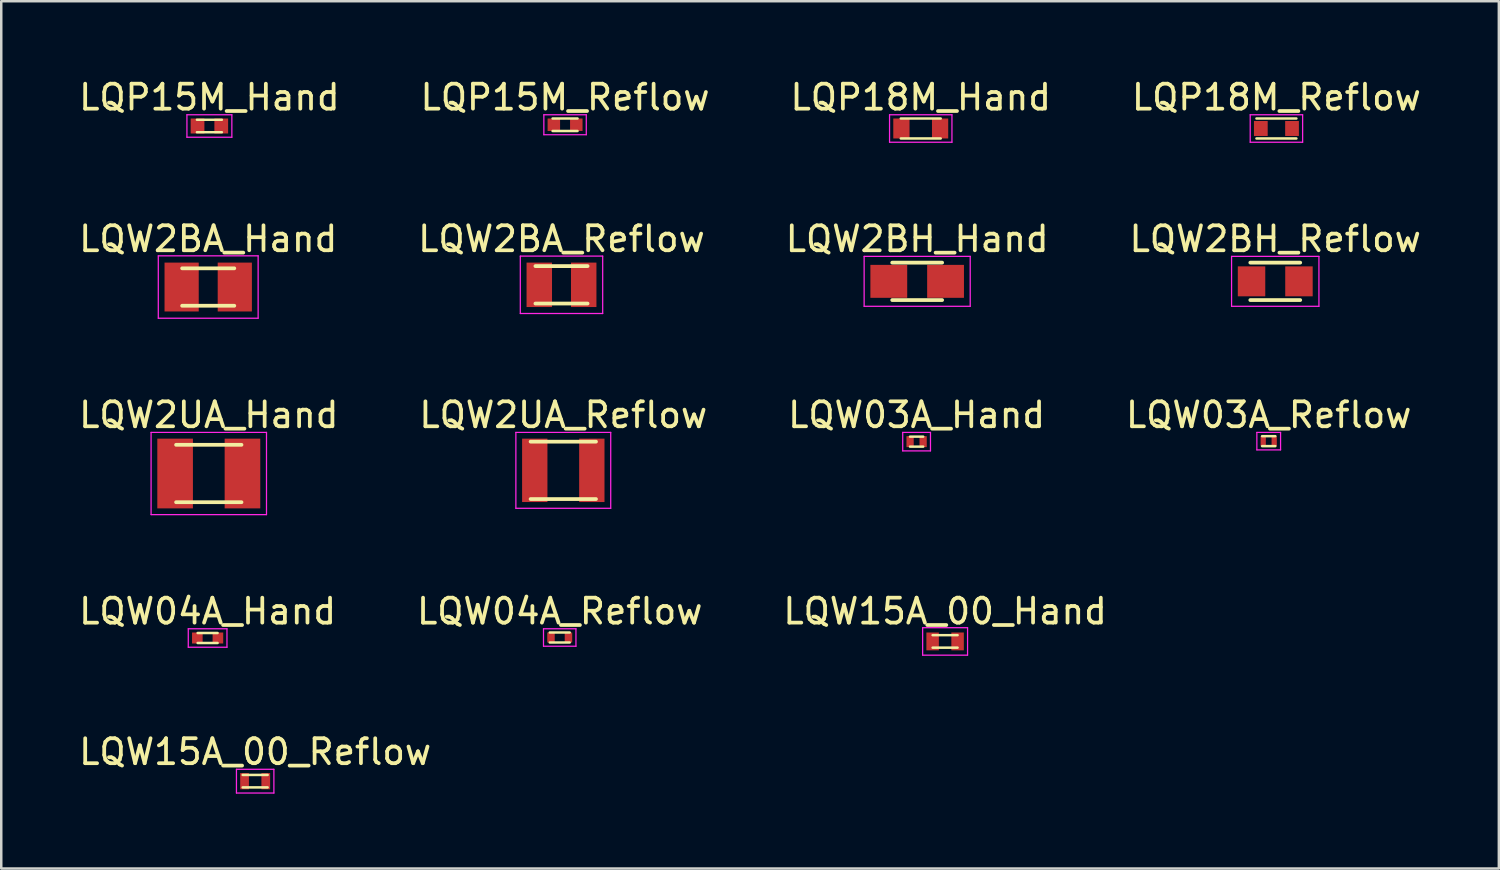
<source format=kicad_pcb>
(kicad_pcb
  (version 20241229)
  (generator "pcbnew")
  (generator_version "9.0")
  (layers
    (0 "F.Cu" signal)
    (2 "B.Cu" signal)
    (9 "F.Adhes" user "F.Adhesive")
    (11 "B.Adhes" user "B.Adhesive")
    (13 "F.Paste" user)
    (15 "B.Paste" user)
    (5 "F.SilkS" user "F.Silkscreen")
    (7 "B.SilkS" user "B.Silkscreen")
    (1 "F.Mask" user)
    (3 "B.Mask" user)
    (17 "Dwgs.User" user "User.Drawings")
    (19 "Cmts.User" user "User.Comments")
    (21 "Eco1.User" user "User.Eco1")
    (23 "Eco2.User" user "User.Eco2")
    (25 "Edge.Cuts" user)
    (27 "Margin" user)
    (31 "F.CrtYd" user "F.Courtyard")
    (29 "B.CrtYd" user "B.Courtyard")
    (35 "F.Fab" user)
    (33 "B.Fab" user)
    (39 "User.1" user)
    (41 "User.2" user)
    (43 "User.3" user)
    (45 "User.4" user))
  (footprint "LQW2UA_Reflow"
    (layer "F.Cu")
    (at 19.518 15.794)
    (property "Reference" "LQW2UA_Reflow" (at 0 -2.22 0) (layer "F.SilkS") (effects (font (size 1 1) (thickness 0.15))))
    (attr smd)
    (fp_line (start -1.31 -1.15) (end 1.31 -1.15) (stroke (width 0.15) (type solid)) (layer "F.SilkS"))
    (fp_line (start -1.31 1.15) (end 1.31 1.15) (stroke (width 0.15) (type solid)) (layer "F.SilkS"))
    (fp_line (start -1.9 -1.52) (end -1.9 1.52) (stroke (width 0.05) (type solid)) (layer "F.CrtYd"))
    (fp_line (start -1.9 -1.52) (end 1.9 -1.52) (stroke (width 0.05) (type solid)) (layer "F.CrtYd"))
    (fp_line (start -1.9 1.52) (end 1.9 1.52) (stroke (width 0.05) (type solid)) (layer "F.CrtYd"))
    (fp_line (start 1.9 -1.52) (end 1.9 1.52) (stroke (width 0.05) (type solid)) (layer "F.CrtYd"))
    (pad "1" smd rect (at -1.143 0) (size 1.015 2.54) (layers "F.Cu" "F.Mask" "F.Paste"))
    (pad "2" smd rect (at 1.143 0) (size 1.015 2.54) (layers "F.Cu" "F.Mask" "F.Paste")))
  (footprint "LQW15A_00_Hand"
    (layer "F.Cu")
    (at 34.815 22.648)
    (property "Reference" "LQW15A_00_Hand" (at 0 -1.208 0) (layer "F.SilkS") (effects (font (size 1 1) (thickness 0.15))))
    (attr smd)
    (fp_line (start -0.5 -0.25) (end 0.5 -0.25) (stroke (width 0.1) (type solid)) (layer "F.SilkS"))
    (fp_line (start -0.5 0.25) (end 0.5 0.25) (stroke (width 0.1) (type solid)) (layer "F.SilkS"))
    (fp_line (start -0.9 -0.55) (end -0.9 0.55) (stroke (width 0.05) (type solid)) (layer "F.CrtYd"))
    (fp_line (start -0.9 -0.55) (end 0.9 -0.55) (stroke (width 0.05) (type solid)) (layer "F.CrtYd"))
    (fp_line (start -0.9 0.55) (end 0.9 0.55) (stroke (width 0.05) (type solid)) (layer "F.CrtYd"))
    (fp_line (start 0.9 -0.55) (end 0.9 0.55) (stroke (width 0.05) (type solid)) (layer "F.CrtYd"))
    (pad "1" smd rect (at -0.5 0) (size 0.5 0.715) (layers "F.Cu" "F.Mask" "F.Paste"))
    (pad "2" smd rect (at 0.5 0) (size 0.5 0.715) (layers "F.Cu" "F.Mask" "F.Paste")))
  (footprint "LQW15A_00_Reflow"
    (layer "F.Cu")
    (at 7.173 28.247)
    (property "Reference" "LQW15A_00_Reflow" (at 0 -1.175 0) (layer "F.SilkS") (effects (font (size 1 1) (thickness 0.15))))
    (attr smd)
    (fp_line (start -0.5 -0.25) (end 0.5 -0.25) (stroke (width 0.1) (type solid)) (layer "F.SilkS"))
    (fp_line (start -0.5 0.25) (end 0.5 0.25) (stroke (width 0.1) (type solid)) (layer "F.SilkS"))
    (fp_line (start -0.75 -0.475) (end -0.75 0.475) (stroke (width 0.05) (type solid)) (layer "F.CrtYd"))
    (fp_line (start -0.75 -0.475) (end 0.75 -0.475) (stroke (width 0.05) (type solid)) (layer "F.CrtYd"))
    (fp_line (start -0.75 0.475) (end 0.75 0.475) (stroke (width 0.05) (type solid)) (layer "F.CrtYd"))
    (fp_line (start 0.75 -0.475) (end 0.75 0.475) (stroke (width 0.05) (type solid)) (layer "F.CrtYd"))
    (pad "1" smd rect (at -0.425 0) (size 0.35 0.65) (layers "F.Cu" "F.Mask" "F.Paste"))
    (pad "2" smd rect (at 0.425 0) (size 0.35 0.65) (layers "F.Cu" "F.Mask" "F.Paste")))
  (footprint "LQW04A_Hand"
    (layer "F.Cu")
    (at 5.268 22.511)
    (property "Reference" "LQW04A_Hand" (at 0 -1.07 0) (layer "F.SilkS") (effects (font (size 1 1) (thickness 0.15))))
    (attr smd)
    (fp_line (start -0.4 -0.2) (end 0.4 -0.2) (stroke (width 0.1) (type solid)) (layer "F.SilkS"))
    (fp_line (start -0.4 0.2) (end 0.4 0.2) (stroke (width 0.1) (type solid)) (layer "F.SilkS"))
    (fp_line (start -0.775 -0.37) (end -0.775 0.37) (stroke (width 0.05) (type solid)) (layer "F.CrtYd"))
    (fp_line (start -0.775 -0.37) (end 0.775 -0.37) (stroke (width 0.05) (type solid)) (layer "F.CrtYd"))
    (fp_line (start -0.775 0.37) (end 0.775 0.37) (stroke (width 0.05) (type solid)) (layer "F.CrtYd"))
    (fp_line (start 0.775 -0.37) (end 0.775 0.37) (stroke (width 0.05) (type solid)) (layer "F.CrtYd"))
    (pad "1" smd rect (at -0.412 0) (size 0.425 0.44) (layers "F.Cu" "F.Mask" "F.Paste"))
    (pad "2" smd rect (at 0.412 0) (size 0.425 0.44) (layers "F.Cu" "F.Mask" "F.Paste")))
  (footprint "LQP15M_Reflow"
    (layer "F.Cu")
    (at 19.589 1.948)
    (property "Reference" "LQP15M_Reflow" (at 0 -1.1 0) (layer "F.SilkS") (effects (font (size 1 1) (thickness 0.15))))
    (attr smd)
    (fp_line (start -0.5 -0.25) (end 0.5 -0.25) (stroke (width 0.1) (type solid)) (layer "F.SilkS"))
    (fp_line (start -0.5 0.25) (end 0.5 0.25) (stroke (width 0.1) (type solid)) (layer "F.SilkS"))
    (fp_line (start -0.85 -0.4) (end -0.85 0.4) (stroke (width 0.05) (type solid)) (layer "F.CrtYd"))
    (fp_line (start -0.85 -0.4) (end 0.85 -0.4) (stroke (width 0.05) (type solid)) (layer "F.CrtYd"))
    (fp_line (start -0.85 0.4) (end 0.85 0.4) (stroke (width 0.05) (type solid)) (layer "F.CrtYd"))
    (fp_line (start 0.85 -0.4) (end 0.85 0.4) (stroke (width 0.05) (type solid)) (layer "F.CrtYd"))
    (pad "1" smd rect (at -0.45 0) (size 0.5 0.5) (layers "F.Cu" "F.Mask" "F.Paste"))
    (pad "2" smd rect (at 0.45 0) (size 0.5 0.5) (layers "F.Cu" "F.Mask" "F.Paste")))
  (footprint "LQW2BA_Reflow"
    (layer "F.Cu")
    (at 19.446 8.361)
    (property "Reference" "LQW2BA_Reflow" (at 0 -1.84 0) (layer "F.SilkS") (effects (font (size 1 1) (thickness 0.15))))
    (attr smd)
    (fp_line (start -1.045 -0.75) (end 1.045 -0.75) (stroke (width 0.15) (type solid)) (layer "F.SilkS"))
    (fp_line (start -1.045 0.75) (end 1.045 0.75) (stroke (width 0.15) (type solid)) (layer "F.SilkS"))
    (fp_line (start -1.65 -1.15) (end -1.65 1.15) (stroke (width 0.05) (type solid)) (layer "F.CrtYd"))
    (fp_line (start -1.65 -1.15) (end 1.65 -1.15) (stroke (width 0.05) (type solid)) (layer "F.CrtYd"))
    (fp_line (start -1.65 1.15) (end 1.65 1.15) (stroke (width 0.05) (type solid)) (layer "F.CrtYd"))
    (fp_line (start 1.65 -1.15) (end 1.65 1.15) (stroke (width 0.05) (type solid)) (layer "F.CrtYd"))
    (pad "1" smd rect (at -0.89 0) (size 1.02 1.78) (layers "F.Cu" "F.Mask" "F.Paste"))
    (pad "2" smd rect (at 0.89 0) (size 1.02 1.78) (layers "F.Cu" "F.Mask" "F.Paste")))
  (footprint "LQP18M_Reflow"
    (layer "F.Cu")
    (at 48.089 2.098)
    (property "Reference" "LQP18M_Reflow" (at 0 -1.25 0) (layer "F.SilkS") (effects (font (size 1 1) (thickness 0.15))))
    (attr smd)
    (fp_line (start -0.8 -0.4) (end 0.8 -0.4) (stroke (width 0.1) (type solid)) (layer "F.SilkS"))
    (fp_line (start -0.8 0.4) (end 0.8 0.4) (stroke (width 0.1) (type solid)) (layer "F.SilkS"))
    (fp_line (start -1.05 -0.55) (end -1.05 0.55) (stroke (width 0.05) (type solid)) (layer "F.CrtYd"))
    (fp_line (start -1.05 -0.55) (end 1.05 -0.55) (stroke (width 0.05) (type solid)) (layer "F.CrtYd"))
    (fp_line (start -1.05 0.55) (end 1.05 0.55) (stroke (width 0.05) (type solid)) (layer "F.CrtYd"))
    (fp_line (start 1.05 -0.55) (end 1.05 0.55) (stroke (width 0.05) (type solid)) (layer "F.CrtYd"))
    (pad "1" smd rect (at -0.625 0) (size 0.55 0.6) (layers "F.Cu" "F.Mask" "F.Paste"))
    (pad "2" smd rect (at 0.625 0) (size 0.55 0.6) (layers "F.Cu" "F.Mask" "F.Paste")))
  (footprint "LQP15M_Hand"
    (layer "F.Cu")
    (at 5.339 1.998)
    (property "Reference" "LQP15M_Hand" (at 0 -1.15 0) (layer "F.SilkS") (effects (font (size 1 1) (thickness 0.15))))
    (attr smd)
    (fp_line (start -0.5 -0.25) (end 0.5 -0.25) (stroke (width 0.1) (type solid)) (layer "F.SilkS"))
    (fp_line (start -0.5 0.25) (end 0.5 0.25) (stroke (width 0.1) (type solid)) (layer "F.SilkS"))
    (fp_line (start -0.9 -0.45) (end -0.9 0.45) (stroke (width 0.05) (type solid)) (layer "F.CrtYd"))
    (fp_line (start -0.9 -0.45) (end 0.9 -0.45) (stroke (width 0.05) (type solid)) (layer "F.CrtYd"))
    (fp_line (start -0.9 0.45) (end 0.9 0.45) (stroke (width 0.05) (type solid)) (layer "F.CrtYd"))
    (fp_line (start 0.9 -0.45) (end 0.9 0.45) (stroke (width 0.05) (type solid)) (layer "F.CrtYd"))
    (pad "1" smd rect (at -0.475 0) (size 0.55 0.6) (layers "F.Cu" "F.Mask" "F.Paste"))
    (pad "2" smd rect (at 0.475 0) (size 0.55 0.6) (layers "F.Cu" "F.Mask" "F.Paste")))
  (footprint "LQW03A_Hand"
    (layer "F.Cu")
    (at 33.673 14.644)
    (property "Reference" "LQW03A_Hand" (at 0 -1.07 0) (layer "F.SilkS") (effects (font (size 1 1) (thickness 0.15))))
    (attr smd)
    (fp_line (start -0.265 -0.2) (end 0.265 -0.2) (stroke (width 0.1) (type solid)) (layer "F.SilkS"))
    (fp_line (start -0.265 0.2) (end 0.265 0.2) (stroke (width 0.1) (type solid)) (layer "F.SilkS"))
    (fp_line (start -0.556 -0.37) (end -0.556 0.37) (stroke (width 0.05) (type solid)) (layer "F.CrtYd"))
    (fp_line (start -0.556 -0.37) (end 0.556 -0.37) (stroke (width 0.05) (type solid)) (layer "F.CrtYd"))
    (fp_line (start -0.556 0.37) (end 0.556 0.37) (stroke (width 0.05) (type solid)) (layer "F.CrtYd"))
    (fp_line (start 0.556 -0.37) (end 0.556 0.37) (stroke (width 0.05) (type solid)) (layer "F.CrtYd"))
    (pad "1" smd rect (at -0.261 0) (size 0.291 0.44) (layers "F.Cu" "F.Mask" "F.Paste"))
    (pad "2" smd rect (at 0.261 0) (size 0.291 0.44) (layers "F.Cu" "F.Mask" "F.Paste")))
  (footprint "LQP18M_Hand"
    (layer "F.Cu")
    (at 33.839 2.098)
    (property "Reference" "LQP18M_Hand" (at 0 -1.25 0) (layer "F.SilkS") (effects (font (size 1 1) (thickness 0.15))))
    (attr smd)
    (fp_line (start -0.8 -0.4) (end 0.8 -0.4) (stroke (width 0.1) (type solid)) (layer "F.SilkS"))
    (fp_line (start -0.8 0.4) (end 0.8 0.4) (stroke (width 0.1) (type solid)) (layer "F.SilkS"))
    (fp_line (start -1.25 -0.55) (end -1.25 0.55) (stroke (width 0.05) (type solid)) (layer "F.CrtYd"))
    (fp_line (start -1.25 -0.55) (end 1.25 -0.55) (stroke (width 0.05) (type solid)) (layer "F.CrtYd"))
    (fp_line (start -1.25 0.55) (end 1.25 0.55) (stroke (width 0.05) (type solid)) (layer "F.CrtYd"))
    (fp_line (start 1.25 -0.55) (end 1.25 0.55) (stroke (width 0.05) (type solid)) (layer "F.CrtYd"))
    (pad "1" smd rect (at -0.775 0) (size 0.65 0.8) (layers "F.Cu" "F.Mask" "F.Paste"))
    (pad "2" smd rect (at 0.775 0) (size 0.65 0.8) (layers "F.Cu" "F.Mask" "F.Paste")))
  (footprint "LQW2BH_Hand"
    (layer "F.Cu")
    (at 33.696 8.222)
    (property "Reference" "LQW2BH_Hand" (at 0 -1.7 0) (layer "F.SilkS") (effects (font (size 1 1) (thickness 0.15))))
    (attr smd)
    (fp_line (start -1 -0.75) (end 1 -0.75) (stroke (width 0.15) (type solid)) (layer "F.SilkS"))
    (fp_line (start -1 0.75) (end 1 0.75) (stroke (width 0.15) (type solid)) (layer "F.SilkS"))
    (fp_line (start -2.125 -1) (end -2.125 1) (stroke (width 0.05) (type solid)) (layer "F.CrtYd"))
    (fp_line (start -2.125 -1) (end 2.125 -1) (stroke (width 0.05) (type solid)) (layer "F.CrtYd"))
    (fp_line (start -2.125 1) (end 2.125 1) (stroke (width 0.05) (type solid)) (layer "F.CrtYd"))
    (fp_line (start 2.125 -1) (end 2.125 1) (stroke (width 0.05) (type solid)) (layer "F.CrtYd"))
    (pad "1" smd rect (at -1.137 0) (size 1.475 1.32) (layers "F.Cu" "F.Mask" "F.Paste"))
    (pad "2" smd rect (at 1.137 0) (size 1.475 1.32) (layers "F.Cu" "F.Mask" "F.Paste")))
  (footprint "LQW03A_Reflow"
    (layer "F.Cu")
    (at 47.78 14.624)
    (property "Reference" "LQW03A_Reflow" (at 0 -1.05 0) (layer "F.SilkS") (effects (font (size 1 1) (thickness 0.15))))
    (attr smd)
    (fp_line (start -0.265 -0.2) (end 0.265 -0.2) (stroke (width 0.1) (type solid)) (layer "F.SilkS"))
    (fp_line (start -0.265 0.2) (end 0.265 0.2) (stroke (width 0.1) (type solid)) (layer "F.SilkS"))
    (fp_line (start -0.475 -0.35) (end -0.475 0.35) (stroke (width 0.05) (type solid)) (layer "F.CrtYd"))
    (fp_line (start -0.475 -0.35) (end 0.475 -0.35) (stroke (width 0.05) (type solid)) (layer "F.CrtYd"))
    (fp_line (start -0.475 0.35) (end 0.475 0.35) (stroke (width 0.05) (type solid)) (layer "F.CrtYd"))
    (fp_line (start 0.475 -0.35) (end 0.475 0.35) (stroke (width 0.05) (type solid)) (layer "F.CrtYd"))
    (pad "1" smd rect (at -0.22 0) (size 0.21 0.4) (layers "F.Cu" "F.Mask" "F.Paste"))
    (pad "2" smd rect (at 0.22 0) (size 0.21 0.4) (layers "F.Cu" "F.Mask" "F.Paste")))
  (footprint "LQW04A_Reflow"
    (layer "F.Cu")
    (at 19.375 22.491)
    (property "Reference" "LQW04A_Reflow" (at 0 -1.05 0) (layer "F.SilkS") (effects (font (size 1 1) (thickness 0.15))))
    (attr smd)
    (fp_line (start -0.4 -0.2) (end 0.4 -0.2) (stroke (width 0.1) (type solid)) (layer "F.SilkS"))
    (fp_line (start -0.4 0.2) (end 0.4 0.2) (stroke (width 0.1) (type solid)) (layer "F.SilkS"))
    (fp_line (start -0.65 -0.35) (end -0.65 0.35) (stroke (width 0.05) (type solid)) (layer "F.CrtYd"))
    (fp_line (start -0.65 -0.35) (end 0.65 -0.35) (stroke (width 0.05) (type solid)) (layer "F.CrtYd"))
    (fp_line (start -0.65 0.35) (end 0.65 0.35) (stroke (width 0.05) (type solid)) (layer "F.CrtYd"))
    (fp_line (start 0.65 -0.35) (end 0.65 0.35) (stroke (width 0.05) (type solid)) (layer "F.CrtYd"))
    (pad "1" smd rect (at -0.35 0) (size 0.3 0.4) (layers "F.Cu" "F.Mask" "F.Paste"))
    (pad "2" smd rect (at 0.35 0) (size 0.3 0.4) (layers "F.Cu" "F.Mask" "F.Paste")))
  (footprint "LQW2BA_Hand"
    (layer "F.Cu")
    (at 5.292 8.45)
    (property "Reference" "LQW2BA_Hand" (at 0 -1.929 0) (layer "F.SilkS") (effects (font (size 1 1) (thickness 0.15))))
    (attr smd)
    (fp_line (start -1.045 -0.75) (end 1.045 -0.75) (stroke (width 0.15) (type solid)) (layer "F.SilkS"))
    (fp_line (start -1.045 0.75) (end 1.045 0.75) (stroke (width 0.15) (type solid)) (layer "F.SilkS"))
    (fp_line (start -2 -1.25) (end -2 1.25) (stroke (width 0.05) (type solid)) (layer "F.CrtYd"))
    (fp_line (start -2 -1.25) (end 2 -1.25) (stroke (width 0.05) (type solid)) (layer "F.CrtYd"))
    (fp_line (start -2 1.25) (end 2 1.25) (stroke (width 0.05) (type solid)) (layer "F.CrtYd"))
    (fp_line (start 2 -1.25) (end 2 1.25) (stroke (width 0.05) (type solid)) (layer "F.CrtYd"))
    (pad "1" smd rect (at -1.065 0) (size 1.37 1.958) (layers "F.Cu" "F.Mask" "F.Paste"))
    (pad "2" smd rect (at 1.065 0) (size 1.37 1.958) (layers "F.Cu" "F.Mask" "F.Paste")))
  (footprint "LQW2UA_Hand"
    (layer "F.Cu")
    (at 5.315 15.921)
    (property "Reference" "LQW2UA_Hand" (at 0 -2.347 0) (layer "F.SilkS") (effects (font (size 1 1) (thickness 0.15))))
    (attr smd)
    (fp_line (start -1.31 -1.15) (end 1.31 -1.15) (stroke (width 0.15) (type solid)) (layer "F.SilkS"))
    (fp_line (start -1.31 1.15) (end 1.31 1.15) (stroke (width 0.15) (type solid)) (layer "F.SilkS"))
    (fp_line (start -2.312 -1.647) (end -2.312 1.647) (stroke (width 0.05) (type solid)) (layer "F.CrtYd"))
    (fp_line (start -2.312 -1.647) (end 2.312 -1.647) (stroke (width 0.05) (type solid)) (layer "F.CrtYd"))
    (fp_line (start -2.312 1.647) (end 2.312 1.647) (stroke (width 0.05) (type solid)) (layer "F.CrtYd"))
    (fp_line (start 2.312 -1.647) (end 2.312 1.647) (stroke (width 0.05) (type solid)) (layer "F.CrtYd"))
    (pad "1" smd rect (at -1.349 0) (size 1.427 2.794) (layers "F.Cu" "F.Mask" "F.Paste"))
    (pad "2" smd rect (at 1.349 0) (size 1.427 2.794) (layers "F.Cu" "F.Mask" "F.Paste")))
  (footprint "LQW2BH_Reflow"
    (layer "F.Cu")
    (at 48.042 8.222)
    (property "Reference" "LQW2BH_Reflow" (at 0 -1.7 0) (layer "F.SilkS") (effects (font (size 1 1) (thickness 0.15))))
    (attr smd)
    (fp_line (start -1 -0.75) (end 1 -0.75) (stroke (width 0.15) (type solid)) (layer "F.SilkS"))
    (fp_line (start -1 0.75) (end 1 0.75) (stroke (width 0.15) (type solid)) (layer "F.SilkS"))
    (fp_line (start -1.75 -1) (end -1.75 1) (stroke (width 0.05) (type solid)) (layer "F.CrtYd"))
    (fp_line (start -1.75 -1) (end 1.75 -1) (stroke (width 0.05) (type solid)) (layer "F.CrtYd"))
    (fp_line (start -1.75 1) (end 1.75 1) (stroke (width 0.05) (type solid)) (layer "F.CrtYd"))
    (fp_line (start 1.75 -1) (end 1.75 1) (stroke (width 0.05) (type solid)) (layer "F.CrtYd"))
    (pad "1" smd rect (at -0.95 0) (size 1.1 1.2) (layers "F.Cu" "F.Mask" "F.Paste"))
    (pad "2" smd rect (at 0.95 0) (size 1.1 1.2) (layers "F.Cu" "F.Mask" "F.Paste")))
  (gr_rect
    (start -3 -3)
    (end 57 31.747)
    (stroke (width 0.1) (type default))
    (fill no)
    (layer "Edge.Cuts")))
</source>
